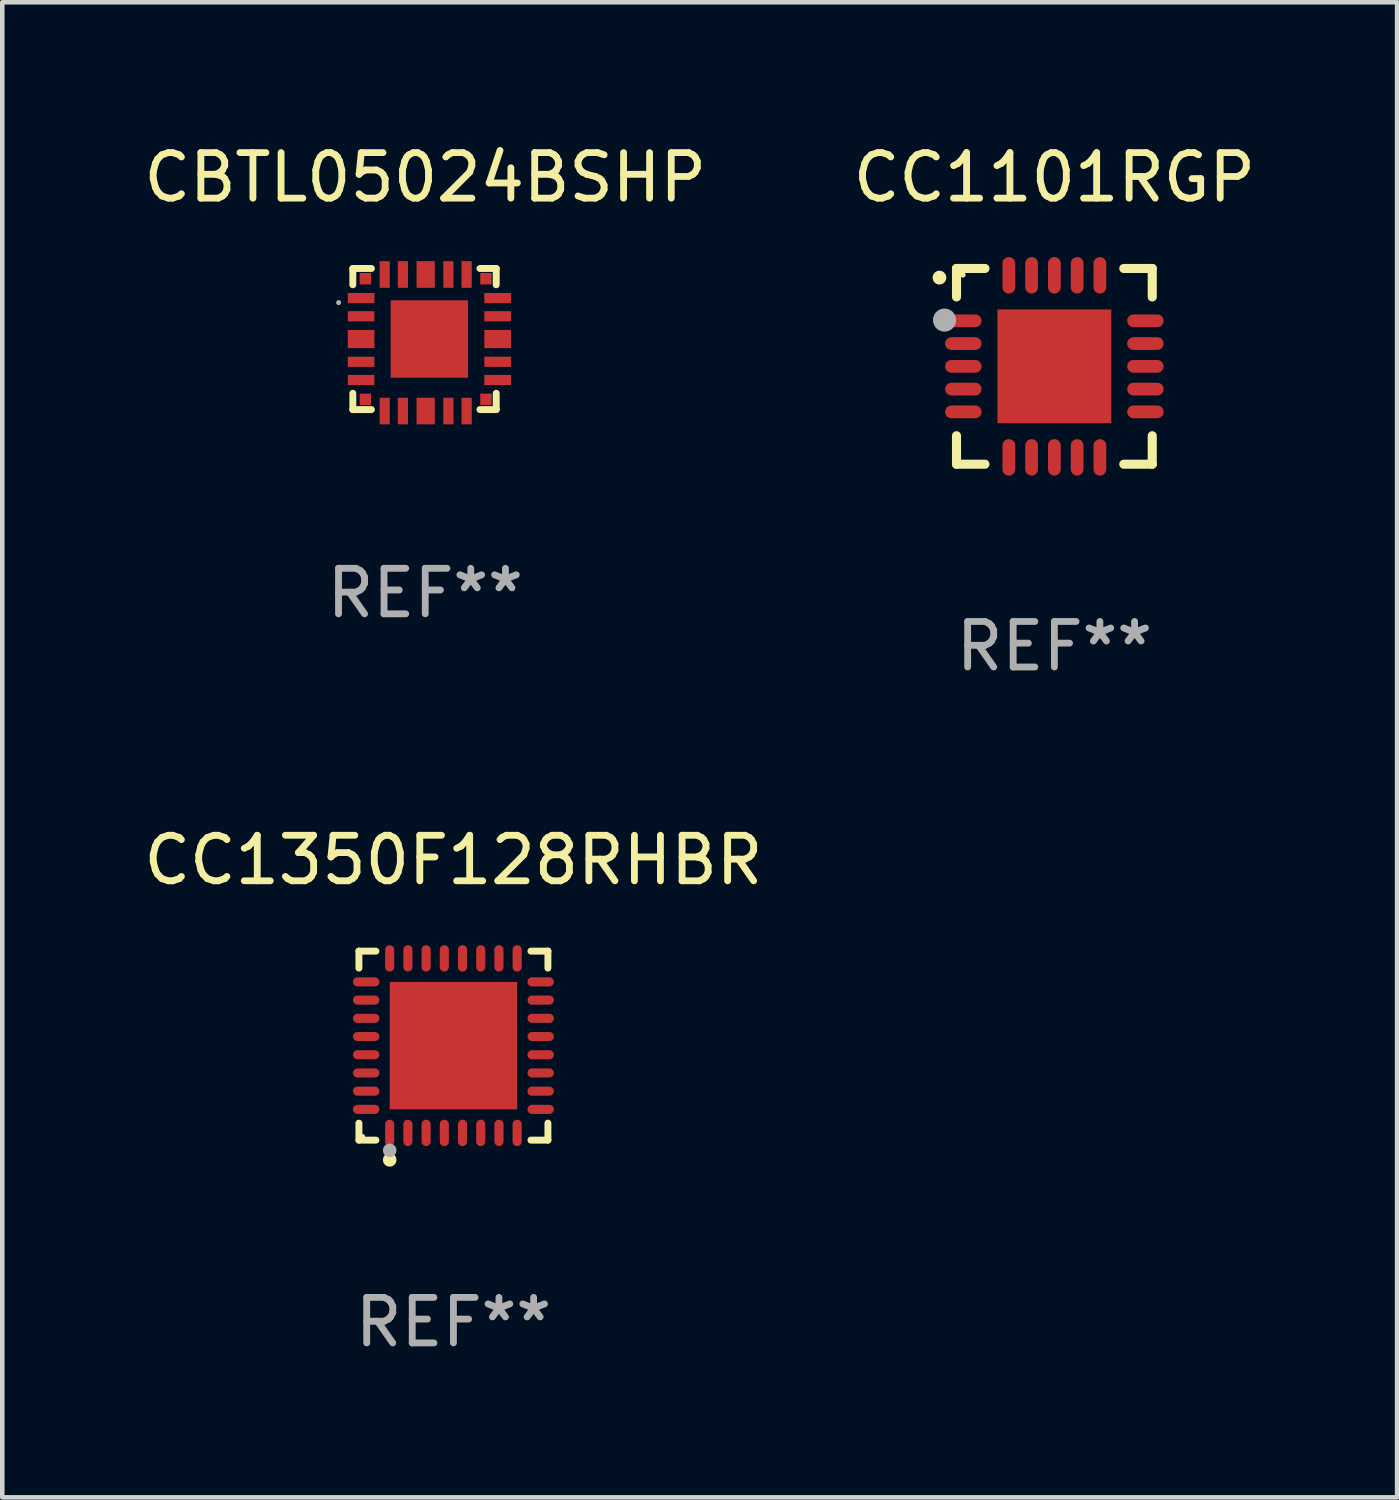
<source format=kicad_pcb>
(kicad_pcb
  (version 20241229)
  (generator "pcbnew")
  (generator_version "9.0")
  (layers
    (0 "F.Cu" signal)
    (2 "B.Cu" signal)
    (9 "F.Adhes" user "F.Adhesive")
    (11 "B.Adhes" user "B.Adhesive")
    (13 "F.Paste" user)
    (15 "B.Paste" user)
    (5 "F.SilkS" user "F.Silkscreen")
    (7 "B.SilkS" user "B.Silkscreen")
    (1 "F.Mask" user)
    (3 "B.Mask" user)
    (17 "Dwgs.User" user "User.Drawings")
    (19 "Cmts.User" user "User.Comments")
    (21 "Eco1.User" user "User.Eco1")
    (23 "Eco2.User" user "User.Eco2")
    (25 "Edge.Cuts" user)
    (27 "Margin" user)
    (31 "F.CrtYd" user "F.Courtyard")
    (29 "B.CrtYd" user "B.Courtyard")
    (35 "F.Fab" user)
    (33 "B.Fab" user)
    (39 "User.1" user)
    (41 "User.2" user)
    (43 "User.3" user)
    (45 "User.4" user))
  (footprint "CBTL05024BSHP"
    (layer "F.Cu")
    (at 6.292 4.414)
    (property "Reference" "CBTL05024BSHP" (at 0 -3.566 0) (layer "F.SilkS") (effects (font (size 1 1) (thickness 0.15))))
    (attr through_hole)
    (fp_line (start -1.591 -1.566) (end -1.183 -1.566) (stroke (width 0.152) (type solid)) (layer "F.SilkS"))
    (fp_line (start -1.591 -1.208) (end -1.591 -1.566) (stroke (width 0.152) (type solid)) (layer "F.SilkS"))
    (fp_line (start -1.591 1.534) (end -1.591 1.176) (stroke (width 0.152) (type solid)) (layer "F.SilkS"))
    (fp_line (start -1.183 1.534) (end -1.591 1.534) (stroke (width 0.152) (type solid)) (layer "F.SilkS"))
    (fp_line (start 1.201 -1.566) (end 1.559 -1.566) (stroke (width 0.152) (type solid)) (layer "F.SilkS"))
    (fp_line (start 1.559 -1.566) (end 1.559 -1.208) (stroke (width 0.152) (type solid)) (layer "F.SilkS"))
    (fp_line (start 1.559 1.176) (end 1.559 1.534) (stroke (width 0.152) (type solid)) (layer "F.SilkS"))
    (fp_line (start 1.559 1.534) (end 1.201 1.534) (stroke (width 0.152) (type solid)) (layer "F.SilkS"))
    (fp_circle (center -1.902 -0.816) (end -1.877 -0.816) (stroke (width 0.05) (type solid)) (fill no) (layer "F.SilkS"))
    (fp_circle (center -1.902 -0.816) (end -1.877 -0.816) (stroke (width 0.05) (type solid)) (fill no) (layer "F.Fab"))
    (fp_text user "REF**" (at 0 5.566 0) (layer "F.Fab") (effects (font (size 1 1) (thickness 0.15))))
    (pad "1" smd rect (at -1.409 -0.916) (size 0.585 0.224) (layers "F.Cu" "F.Mask" "F.Paste"))
    (pad "2" smd rect (at -1.409 -0.516) (size 0.585 0.224) (layers "F.Cu" "F.Mask" "F.Paste"))
    (pad "3" smd rect (at -1.409 -0.016) (size 0.585 0.4) (layers "F.Cu" "F.Mask" "F.Paste"))
    (pad "4" smd rect (at -1.409 0.484) (size 0.585 0.224) (layers "F.Cu" "F.Mask" "F.Paste"))
    (pad "5" smd rect (at -1.409 0.884) (size 0.585 0.224) (layers "F.Cu" "F.Mask" "F.Paste"))
    (pad "6" smd rect (at -1.316 1.309) (size 0.25 0.25) (layers "F.Cu" "F.Mask" "F.Paste"))
    (pad "7" smd rect (at -0.891 1.566) (size 0.224 0.585) (layers "F.Cu" "F.Mask" "F.Paste"))
    (pad "8" smd rect (at -0.491 1.566) (size 0.224 0.585) (layers "F.Cu" "F.Mask" "F.Paste"))
    (pad "9" smd rect (at 0.009 1.566) (size 0.4 0.585) (layers "F.Cu" "F.Mask" "F.Paste"))
    (pad "10" smd rect (at 0.509 1.566) (size 0.224 0.585) (layers "F.Cu" "F.Mask" "F.Paste"))
    (pad "11" smd rect (at 0.909 1.566) (size 0.224 0.585) (layers "F.Cu" "F.Mask" "F.Paste"))
    (pad "12" smd rect (at 1.334 1.309) (size 0.25 0.25) (layers "F.Cu" "F.Mask" "F.Paste"))
    (pad "13" smd rect (at 1.591 0.884) (size 0.585 0.224) (layers "F.Cu" "F.Mask" "F.Paste"))
    (pad "14" smd rect (at 1.591 0.484) (size 0.585 0.224) (layers "F.Cu" "F.Mask" "F.Paste"))
    (pad "15" smd rect (at 1.591 -0.016) (size 0.585 0.4) (layers "F.Cu" "F.Mask" "F.Paste"))
    (pad "16" smd rect (at 1.591 -0.516) (size 0.585 0.224) (layers "F.Cu" "F.Mask" "F.Paste"))
    (pad "17" smd rect (at 1.591 -0.916) (size 0.585 0.224) (layers "F.Cu" "F.Mask" "F.Paste"))
    (pad "18" smd rect (at 1.334 -1.341) (size 0.25 0.25) (layers "F.Cu" "F.Mask" "F.Paste"))
    (pad "19" smd rect (at 0.909 -1.434) (size 0.224 0.585) (layers "F.Cu" "F.Mask" "F.Paste"))
    (pad "20" smd rect (at 0.509 -1.434) (size 0.224 0.585) (layers "F.Cu" "F.Mask" "F.Paste"))
    (pad "21" smd rect (at 0.009 -1.434) (size 0.4 0.585) (layers "F.Cu" "F.Mask" "F.Paste"))
    (pad "22" smd rect (at -0.491 -1.434) (size 0.224 0.585) (layers "F.Cu" "F.Mask" "F.Paste"))
    (pad "23" smd rect (at -0.891 -1.434) (size 0.224 0.585) (layers "F.Cu" "F.Mask" "F.Paste"))
    (pad "24" smd rect (at -1.316 -1.341) (size 0.25 0.25) (layers "F.Cu" "F.Mask" "F.Paste"))
    (pad "25" smd rect (at 0.091 -0.016) (size 1.7 1.7) (layers "F.Cu" "F.Mask" "F.Paste")))
  (footprint "CC1101RGP"
    (layer "F.Cu")
    (at 20.113 4.998)
    (property "Reference" "CC1101RGP" (at 0 -4.15 0) (layer "F.SilkS") (effects (font (size 1 1) (thickness 0.15))))
    (attr through_hole)
    (fp_line (start -2.15 -2.15) (end -1.525 -2.15) (stroke (width 0.2) (type solid)) (layer "F.SilkS"))
    (fp_line (start -2.15 -1.525) (end -2.15 -2.15) (stroke (width 0.2) (type solid)) (layer "F.SilkS"))
    (fp_line (start -2.15 1.525) (end -2.15 2.15) (stroke (width 0.2) (type solid)) (layer "F.SilkS"))
    (fp_line (start -2.15 2.15) (end -1.525 2.15) (stroke (width 0.2) (type solid)) (layer "F.SilkS"))
    (fp_line (start 1.525 2.15) (end 2.15 2.15) (stroke (width 0.2) (type solid)) (layer "F.SilkS"))
    (fp_line (start 2.15 -2.15) (end 1.525 -2.15) (stroke (width 0.2) (type solid)) (layer "F.SilkS"))
    (fp_line (start 2.15 -1.525) (end 2.15 -2.15) (stroke (width 0.2) (type solid)) (layer "F.SilkS"))
    (fp_line (start 2.15 2.15) (end 2.15 1.525) (stroke (width 0.2) (type solid)) (layer "F.SilkS"))
    (fp_arc (start -2.524765 -1.948184) (mid -2.52477 -1.949454) (end -2.524765 -1.950724) (stroke (width 0.3) (type solid)) (layer "F.SilkS"))
    (fp_circle (center -2.01 -2.009) (end -1.98 -2.009) (stroke (width 0.06) (type solid)) (fill no) (layer "F.SilkS"))
    (fp_circle (center -2.413 -1.016) (end -2.286 -1.016) (stroke (width 0.254) (type solid)) (fill no) (layer "F.Fab"))
    (fp_text user "REF**" (at 0 6.15 0) (layer "F.Fab") (effects (font (size 1 1) (thickness 0.15))))
    (pad "1" smd oval (at -2 -1 90) (size 0.28 0.8) (layers "F.Cu" "F.Mask" "F.Paste"))
    (pad "2" smd oval (at -2 -0.5 90) (size 0.28 0.8) (layers "F.Cu" "F.Mask" "F.Paste"))
    (pad "3" smd oval (at -2 0.000076 90) (size 0.28 0.8) (layers "F.Cu" "F.Mask" "F.Paste"))
    (pad "4" smd oval (at -2 0.5 90) (size 0.28 0.8) (layers "F.Cu" "F.Mask" "F.Paste"))
    (pad "5" smd oval (at -2 1 90) (size 0.28 0.8) (layers "F.Cu" "F.Mask" "F.Paste"))
    (pad "6" smd oval (at -1 2) (size 0.28 0.8) (layers "F.Cu" "F.Mask" "F.Paste"))
    (pad "7" smd oval (at -0.5 2) (size 0.28 0.8) (layers "F.Cu" "F.Mask" "F.Paste"))
    (pad "8" smd oval (at -0.000076 2) (size 0.28 0.8) (layers "F.Cu" "F.Mask" "F.Paste"))
    (pad "9" smd oval (at 0.5 2) (size 0.28 0.8) (layers "F.Cu" "F.Mask" "F.Paste"))
    (pad "10" smd oval (at 1 2) (size 0.28 0.8) (layers "F.Cu" "F.Mask" "F.Paste"))
    (pad "11" smd oval (at 2 1 90) (size 0.28 0.8) (layers "F.Cu" "F.Mask" "F.Paste"))
    (pad "12" smd oval (at 2 0.5 90) (size 0.28 0.8) (layers "F.Cu" "F.Mask" "F.Paste"))
    (pad "13" smd oval (at 2 0.000076 90) (size 0.28 0.8) (layers "F.Cu" "F.Mask" "F.Paste"))
    (pad "14" smd oval (at 2 -0.5 90) (size 0.28 0.8) (layers "F.Cu" "F.Mask" "F.Paste"))
    (pad "15" smd oval (at 2 -1 90) (size 0.28 0.8) (layers "F.Cu" "F.Mask" "F.Paste"))
    (pad "16" smd oval (at 1 -2) (size 0.28 0.8) (layers "F.Cu" "F.Mask" "F.Paste"))
    (pad "17" smd oval (at 0.5 -2) (size 0.28 0.8) (layers "F.Cu" "F.Mask" "F.Paste"))
    (pad "18" smd oval (at -0.000076 -2) (size 0.28 0.8) (layers "F.Cu" "F.Mask" "F.Paste"))
    (pad "19" smd oval (at -0.5 -2) (size 0.28 0.8) (layers "F.Cu" "F.Mask" "F.Paste"))
    (pad "20" smd oval (at -1 -2) (size 0.28 0.8) (layers "F.Cu" "F.Mask" "F.Paste"))
    (pad "21" smd rect (at -0.000076 0.000076) (size 2.5 2.5) (layers "F.Cu" "F.Mask" "F.Paste")))
  (footprint "CC1350F128RHBR"
    (layer "F.Cu")
    (at 6.911 19.921)
    (property "Reference" "CC1350F128RHBR" (at 0 -4.076 0) (layer "F.SilkS") (effects (font (size 1 1) (thickness 0.15))))
    (attr through_hole)
    (fp_line (start -2.076 -2.076) (end -1.703 -2.076) (stroke (width 0.152) (type solid)) (layer "F.SilkS"))
    (fp_line (start -2.076 -1.703) (end -2.076 -2.076) (stroke (width 0.152) (type solid)) (layer "F.SilkS"))
    (fp_line (start -2.076 1.703) (end -2.076 2.076) (stroke (width 0.152) (type solid)) (layer "F.SilkS"))
    (fp_line (start -2.076 2.076) (end -1.703 2.076) (stroke (width 0.152) (type solid)) (layer "F.SilkS"))
    (fp_line (start 2.076 -2.076) (end 1.703 -2.076) (stroke (width 0.152) (type solid)) (layer "F.SilkS"))
    (fp_line (start 2.076 -1.703) (end 2.076 -2.076) (stroke (width 0.152) (type solid)) (layer "F.SilkS"))
    (fp_line (start 2.076 1.703) (end 2.076 2.076) (stroke (width 0.152) (type solid)) (layer "F.SilkS"))
    (fp_line (start 2.076 2.076) (end 1.703 2.076) (stroke (width 0.152) (type solid)) (layer "F.SilkS"))
    (fp_circle (center -2 2) (end -1.97 2) (stroke (width 0.06) (type solid)) (fill no) (layer "F.SilkS"))
    (fp_circle (center -1.4 2.51) (end -1.325 2.51) (stroke (width 0.15) (type solid)) (fill no) (layer "F.SilkS"))
    (fp_circle (center -1.4 2.3) (end -1.325 2.3) (stroke (width 0.15) (type solid)) (fill no) (layer "F.Fab"))
    (fp_text user "REF**" (at 0 6.076 0) (layer "F.Fab") (effects (font (size 1 1) (thickness 0.15))))
    (pad "1" smd oval (at -1.4 1.917) (size 0.2 0.58) (layers "F.Cu" "F.Mask" "F.Paste"))
    (pad "2" smd oval (at -1 1.917) (size 0.2 0.58) (layers "F.Cu" "F.Mask" "F.Paste"))
    (pad "3" smd oval (at -0.6 1.917) (size 0.2 0.58) (layers "F.Cu" "F.Mask" "F.Paste"))
    (pad "4" smd oval (at -0.2 1.917) (size 0.2 0.58) (layers "F.Cu" "F.Mask" "F.Paste"))
    (pad "5" smd oval (at 0.2 1.917) (size 0.2 0.58) (layers "F.Cu" "F.Mask" "F.Paste"))
    (pad "6" smd oval (at 0.6 1.917) (size 0.2 0.58) (layers "F.Cu" "F.Mask" "F.Paste"))
    (pad "7" smd oval (at 1 1.917) (size 0.2 0.58) (layers "F.Cu" "F.Mask" "F.Paste"))
    (pad "8" smd oval (at 1.4 1.917) (size 0.2 0.58) (layers "F.Cu" "F.Mask" "F.Paste"))
    (pad "9" smd oval (at 1.917 1.4) (size 0.58 0.2) (layers "F.Cu" "F.Mask" "F.Paste"))
    (pad "10" smd oval (at 1.917 1) (size 0.58 0.2) (layers "F.Cu" "F.Mask" "F.Paste"))
    (pad "11" smd oval (at 1.917 0.6) (size 0.58 0.2) (layers "F.Cu" "F.Mask" "F.Paste"))
    (pad "12" smd oval (at 1.917 0.2) (size 0.58 0.2) (layers "F.Cu" "F.Mask" "F.Paste"))
    (pad "13" smd oval (at 1.917 -0.2) (size 0.58 0.2) (layers "F.Cu" "F.Mask" "F.Paste"))
    (pad "14" smd oval (at 1.917 -0.6) (size 0.58 0.2) (layers "F.Cu" "F.Mask" "F.Paste"))
    (pad "15" smd oval (at 1.917 -1) (size 0.58 0.2) (layers "F.Cu" "F.Mask" "F.Paste"))
    (pad "16" smd oval (at 1.917 -1.4) (size 0.58 0.2) (layers "F.Cu" "F.Mask" "F.Paste"))
    (pad "17" smd oval (at 1.4 -1.917) (size 0.2 0.58) (layers "F.Cu" "F.Mask" "F.Paste"))
    (pad "18" smd oval (at 1 -1.917) (size 0.2 0.58) (layers "F.Cu" "F.Mask" "F.Paste"))
    (pad "19" smd oval (at 0.6 -1.917) (size 0.2 0.58) (layers "F.Cu" "F.Mask" "F.Paste"))
    (pad "20" smd oval (at 0.2 -1.917) (size 0.2 0.58) (layers "F.Cu" "F.Mask" "F.Paste"))
    (pad "21" smd oval (at -0.2 -1.917) (size 0.2 0.58) (layers "F.Cu" "F.Mask" "F.Paste"))
    (pad "22" smd oval (at -0.6 -1.917) (size 0.2 0.58) (layers "F.Cu" "F.Mask" "F.Paste"))
    (pad "23" smd oval (at -1 -1.917) (size 0.2 0.58) (layers "F.Cu" "F.Mask" "F.Paste"))
    (pad "24" smd oval (at -1.4 -1.917) (size 0.2 0.58) (layers "F.Cu" "F.Mask" "F.Paste"))
    (pad "25" smd oval (at -1.917 -1.4) (size 0.58 0.2) (layers "F.Cu" "F.Mask" "F.Paste"))
    (pad "26" smd oval (at -1.917 -1) (size 0.58 0.2) (layers "F.Cu" "F.Mask" "F.Paste"))
    (pad "27" smd oval (at -1.917 -0.6) (size 0.58 0.2) (layers "F.Cu" "F.Mask" "F.Paste"))
    (pad "28" smd oval (at -1.917 -0.2) (size 0.58 0.2) (layers "F.Cu" "F.Mask" "F.Paste"))
    (pad "29" smd oval (at -1.917 0.2) (size 0.58 0.2) (layers "F.Cu" "F.Mask" "F.Paste"))
    (pad "30" smd oval (at -1.917 0.6) (size 0.58 0.2) (layers "F.Cu" "F.Mask" "F.Paste"))
    (pad "31" smd oval (at -1.917 1) (size 0.58 0.2) (layers "F.Cu" "F.Mask" "F.Paste"))
    (pad "32" smd oval (at -1.917 1.4) (size 0.58 0.2) (layers "F.Cu" "F.Mask" "F.Paste"))
    (pad "33" smd rect (at 0 0) (size 2.8 2.8) (layers "F.Cu" "F.Mask" "F.Paste")))
  (gr_rect
    (start -3 -3)
    (end 27.643 29.845)
    (stroke (width 0.1) (type default))
    (fill no)
    (layer "Edge.Cuts")))
</source>
